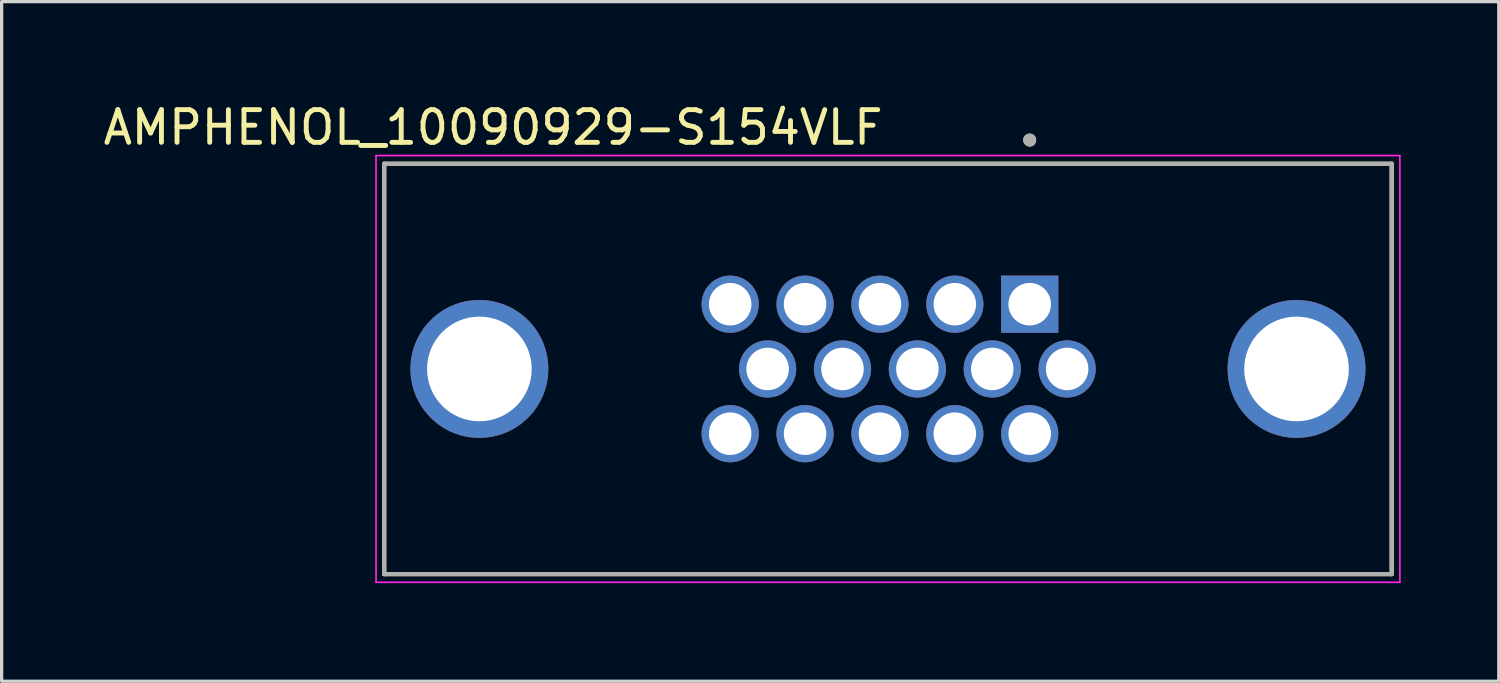
<source format=kicad_pcb>
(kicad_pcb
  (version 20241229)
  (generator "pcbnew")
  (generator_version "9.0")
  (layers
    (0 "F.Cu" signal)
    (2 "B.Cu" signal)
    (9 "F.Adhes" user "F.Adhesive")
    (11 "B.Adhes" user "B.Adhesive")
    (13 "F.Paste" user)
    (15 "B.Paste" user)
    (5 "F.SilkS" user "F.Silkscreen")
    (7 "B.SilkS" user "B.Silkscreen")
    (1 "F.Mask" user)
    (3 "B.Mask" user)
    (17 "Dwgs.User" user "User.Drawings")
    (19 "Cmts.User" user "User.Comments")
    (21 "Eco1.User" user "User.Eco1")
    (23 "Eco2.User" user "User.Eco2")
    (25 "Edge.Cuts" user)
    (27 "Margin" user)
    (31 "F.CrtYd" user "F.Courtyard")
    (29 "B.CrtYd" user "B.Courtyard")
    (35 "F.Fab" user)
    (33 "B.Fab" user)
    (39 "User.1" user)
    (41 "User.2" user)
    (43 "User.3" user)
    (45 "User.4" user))
  (footprint "AMPHENOL_10090929-S154VLF"
    (layer "F.Cu")
    (at 24.105 8.233)
    (property "Reference" "AMPHENOL_10090929-S154VLF" (at -12.075 -7.385 0) (layer "F.SilkS") (effects (font (size 1 1) (thickness 0.15))))
    (attr through_hole)
    (fp_line (start -15.405 -6.275) (end 15.405 -6.275) (stroke (width 0.127) (type solid)) (layer "F.SilkS"))
    (fp_line (start -15.405 6.275) (end -15.405 -6.275) (stroke (width 0.127) (type solid)) (layer "F.SilkS"))
    (fp_line (start 15.405 -6.275) (end 15.405 6.275) (stroke (width 0.127) (type solid)) (layer "F.SilkS"))
    (fp_line (start 15.405 6.275) (end -15.405 6.275) (stroke (width 0.127) (type solid)) (layer "F.SilkS"))
    (fp_circle (center 4.335 -7) (end 4.435 -7) (stroke (width 0.2) (type solid)) (fill no) (layer "F.SilkS"))
    (fp_line (start -15.655 -6.525) (end -15.655 6.525) (stroke (width 0.05) (type solid)) (layer "F.CrtYd"))
    (fp_line (start -15.655 6.525) (end 15.655 6.525) (stroke (width 0.05) (type solid)) (layer "F.CrtYd"))
    (fp_line (start 15.655 -6.525) (end -15.655 -6.525) (stroke (width 0.05) (type solid)) (layer "F.CrtYd"))
    (fp_line (start 15.655 6.525) (end 15.655 -6.525) (stroke (width 0.05) (type solid)) (layer "F.CrtYd"))
    (fp_line (start -15.405 -6.275) (end 15.405 -6.275) (stroke (width 0.127) (type solid)) (layer "F.Fab"))
    (fp_line (start -15.405 6.275) (end -15.405 -6.275) (stroke (width 0.127) (type solid)) (layer "F.Fab"))
    (fp_line (start 15.405 -6.275) (end 15.405 6.275) (stroke (width 0.127) (type solid)) (layer "F.Fab"))
    (fp_line (start 15.405 6.275) (end -15.405 6.275) (stroke (width 0.127) (type solid)) (layer "F.Fab"))
    (fp_circle (center 4.335 -7) (end 4.435 -7) (stroke (width 0.2) (type solid)) (fill no) (layer "F.Fab"))
    (pad "1" thru_hole rect (at 4.335 -1.98) (size 1.75 1.75) (drill 1.3) (layers "*.Cu" "*.Mask"))
    (pad "2" thru_hole circle (at 2.045 -1.98) (size 1.75 1.75) (drill 1.3) (layers "*.Cu" "*.Mask"))
    (pad "3" thru_hole circle (at -0.245 -1.98) (size 1.75 1.75) (drill 1.3) (layers "*.Cu" "*.Mask"))
    (pad "4" thru_hole circle (at -2.535 -1.98) (size 1.75 1.75) (drill 1.3) (layers "*.Cu" "*.Mask"))
    (pad "5" thru_hole circle (at -4.825 -1.98) (size 1.75 1.75) (drill 1.3) (layers "*.Cu" "*.Mask"))
    (pad "6" thru_hole circle (at 5.48 0) (size 1.75 1.75) (drill 1.3) (layers "*.Cu" "*.Mask"))
    (pad "7" thru_hole circle (at 3.19 0) (size 1.75 1.75) (drill 1.3) (layers "*.Cu" "*.Mask"))
    (pad "8" thru_hole circle (at 0.9 0) (size 1.75 1.75) (drill 1.3) (layers "*.Cu" "*.Mask"))
    (pad "9" thru_hole circle (at -1.39 0) (size 1.75 1.75) (drill 1.3) (layers "*.Cu" "*.Mask"))
    (pad "10" thru_hole circle (at -3.68 0) (size 1.75 1.75) (drill 1.3) (layers "*.Cu" "*.Mask"))
    (pad "11" thru_hole circle (at 4.335 1.98) (size 1.75 1.75) (drill 1.3) (layers "*.Cu" "*.Mask"))
    (pad "12" thru_hole circle (at 2.045 1.98) (size 1.75 1.75) (drill 1.3) (layers "*.Cu" "*.Mask"))
    (pad "13" thru_hole circle (at -0.245 1.98) (size 1.75 1.75) (drill 1.3) (layers "*.Cu" "*.Mask"))
    (pad "14" thru_hole circle (at -2.535 1.98) (size 1.75 1.75) (drill 1.3) (layers "*.Cu" "*.Mask"))
    (pad "15" thru_hole circle (at -4.825 1.98) (size 1.75 1.75) (drill 1.3) (layers "*.Cu" "*.Mask"))
    (pad "SH1" thru_hole circle (at -12.495 0) (size 4.216 4.216) (drill 3.2) (layers "*.Cu" "*.Mask"))
    (pad "SH2" thru_hole circle (at 12.495 0) (size 4.216 4.216) (drill 3.2) (layers "*.Cu" "*.Mask")))
  (gr_rect
    (start -3 -3)
    (end 42.785 17.783)
    (stroke (width 0.1) (type default))
    (fill no)
    (layer "Edge.Cuts")))
</source>
